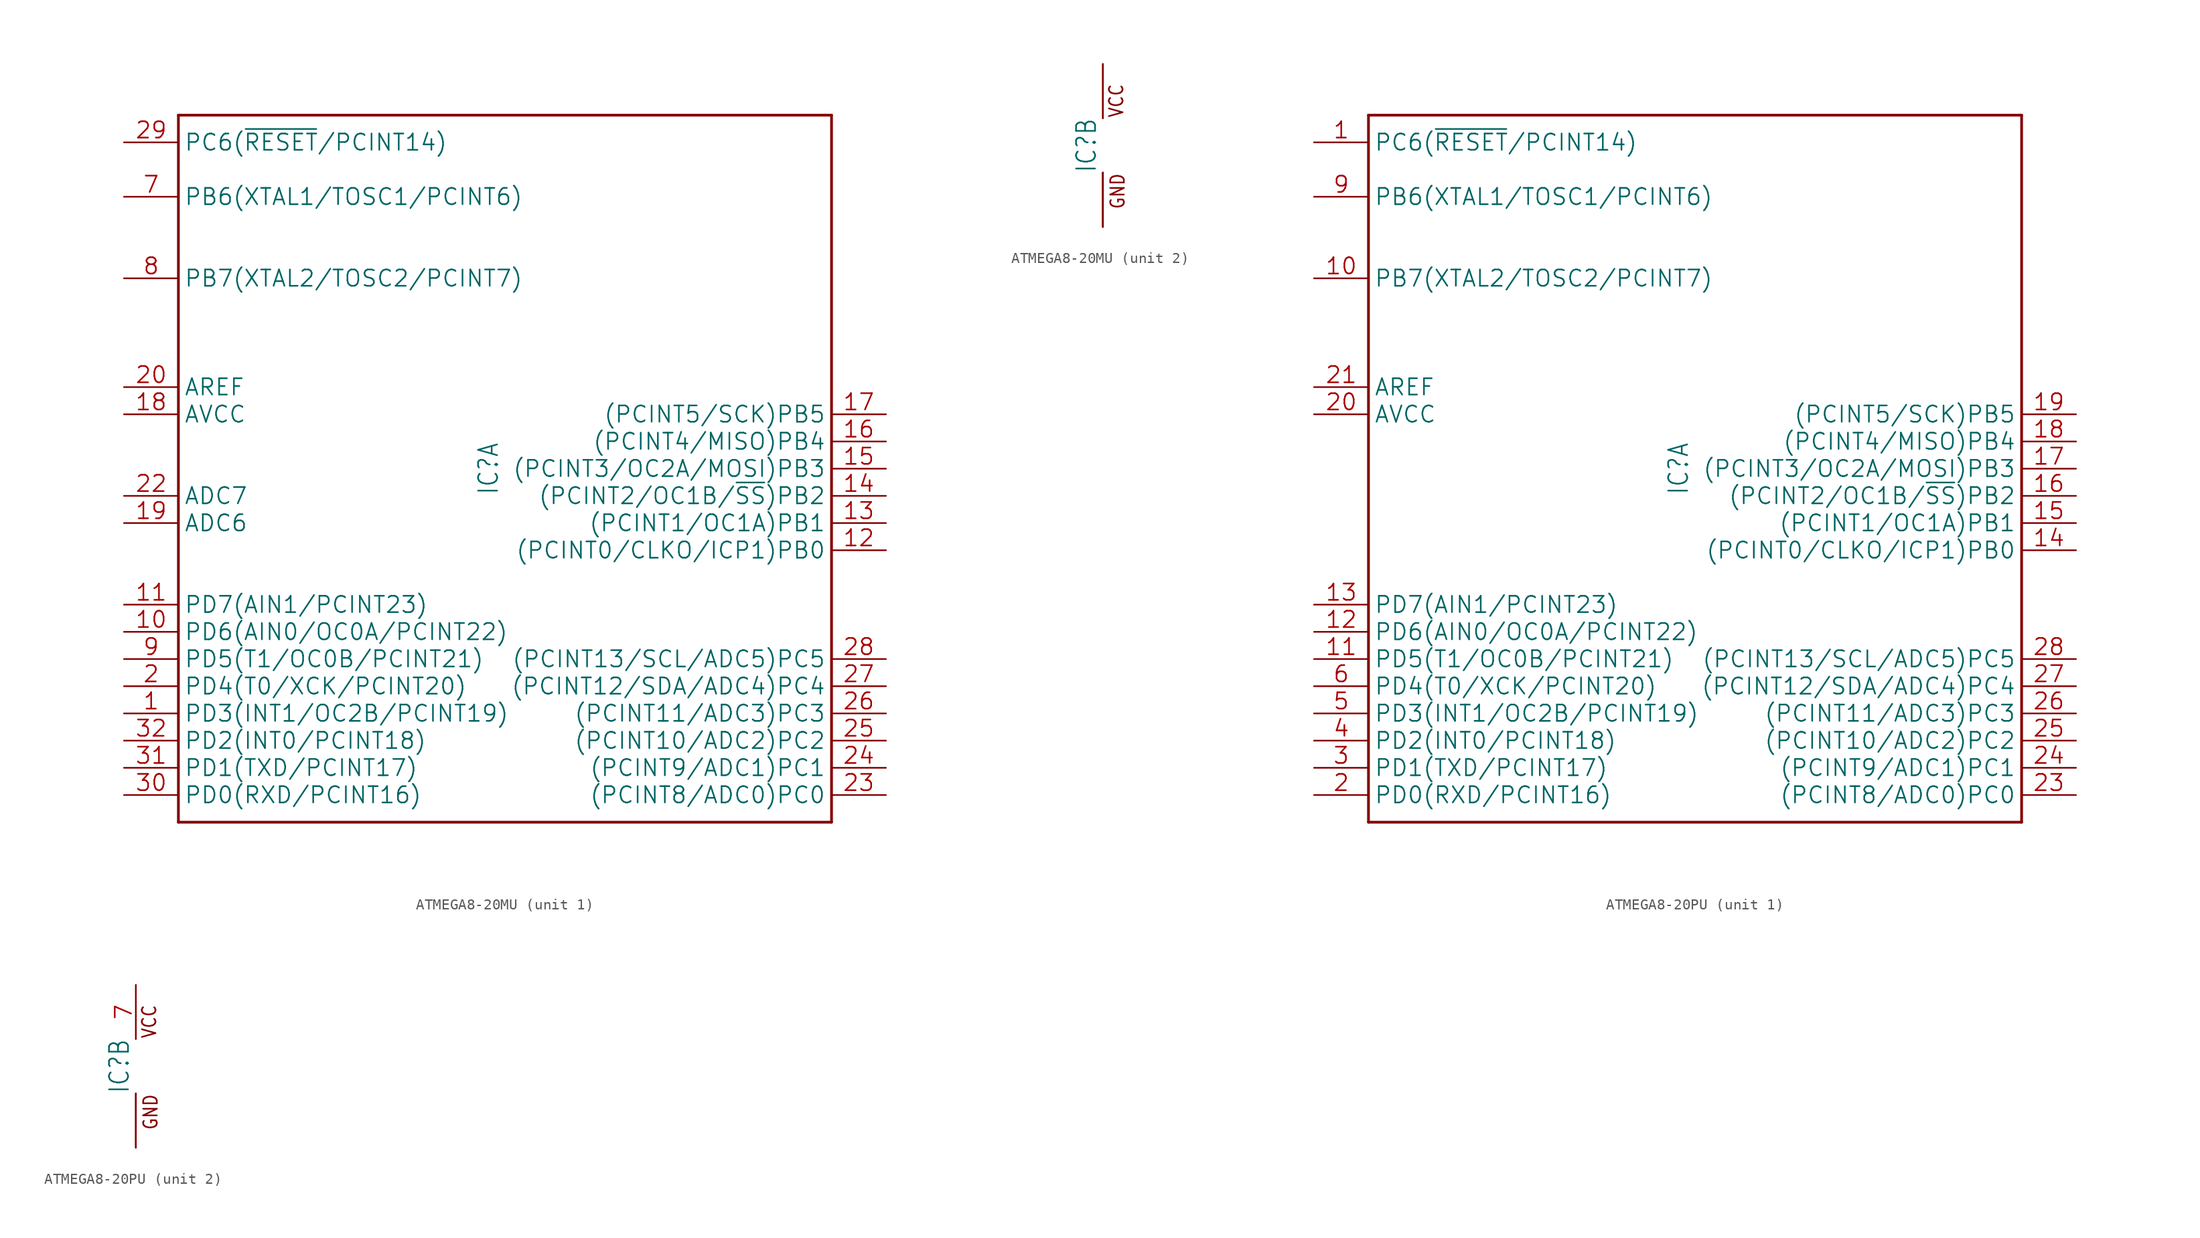
<source format=kicad_sym>
(kicad_symbol_lib
  (version 20241209)
  (generator "kicad_symbol_editor")
  (generator_version "9.0")
  (symbol "ATMEGA8-20MU"
    (property "Reference" "IC"
      (at -0.508 0 90)
      (effects (font (size 1.778 1.511)) (justify bottom)))
    (property "ki_locked" ""
      (at 0 0 0)
      (effects (font (size 1.27 1.27))))
    (symbol "ATMEGA8-20MU_1_0"
      (polyline (pts (xy -30.48 33.02) (xy 30.48 33.02)) (stroke (width 0.254) (type solid)) (fill (type none)))
      (polyline (pts (xy -30.48 -33.02) (xy -30.48 33.02)) (stroke (width 0.254) (type solid)) (fill (type none)))
      (polyline (pts (xy 30.48 33.02) (xy 30.48 -33.02)) (stroke (width 0.254) (type solid)) (fill (type none)))
      (polyline (pts (xy 30.48 -33.02) (xy -30.48 -33.02)) (stroke (width 0.254) (type solid)) (fill (type none)))
      (pin bidirectional line (at -35.56 30.48 0) (length 5.08) (name "PC6(~{RESET}/PCINT14)" (effects (font (size 1.524 1.524)))) (number "29" (effects (font (size 1.524 1.524)))))
      (pin bidirectional line (at -35.56 25.4 0) (length 5.08) (name "PB6(XTAL1/TOSC1/PCINT6)" (effects (font (size 1.524 1.524)))) (number "7" (effects (font (size 1.524 1.524)))))
      (pin bidirectional line (at -35.56 17.78 0) (length 5.08) (name "PB7(XTAL2/TOSC2/PCINT7)" (effects (font (size 1.524 1.524)))) (number "8" (effects (font (size 1.524 1.524)))))
      (pin passive line (at -35.56 7.62 0) (length 5.08) (name "AREF" (effects (font (size 1.524 1.524)))) (number "20" (effects (font (size 1.524 1.524)))))
      (pin power_in line (at -35.56 5.08 0) (length 5.08) (name "AVCC" (effects (font (size 1.524 1.524)))) (number "18" (effects (font (size 1.524 1.524)))))
      (pin bidirectional line (at -35.56 -2.54 0) (length 5.08) (name "ADC7" (effects (font (size 1.524 1.524)))) (number "22" (effects (font (size 1.524 1.524)))))
      (pin bidirectional line (at -35.56 -5.08 0) (length 5.08) (name "ADC6" (effects (font (size 1.524 1.524)))) (number "19" (effects (font (size 1.524 1.524)))))
      (pin bidirectional line (at -35.56 -12.7 0) (length 5.08) (name "PD7(AIN1/PCINT23)" (effects (font (size 1.524 1.524)))) (number "11" (effects (font (size 1.524 1.524)))))
      (pin bidirectional line (at -35.56 -15.24 0) (length 5.08) (name "PD6(AIN0/OC0A/PCINT22)" (effects (font (size 1.524 1.524)))) (number "10" (effects (font (size 1.524 1.524)))))
      (pin bidirectional line (at -35.56 -17.78 0) (length 5.08) (name "PD5(T1/OC0B/PCINT21)" (effects (font (size 1.524 1.524)))) (number "9" (effects (font (size 1.524 1.524)))))
      (pin bidirectional line (at -35.56 -20.32 0) (length 5.08) (name "PD4(T0/XCK/PCINT20)" (effects (font (size 1.524 1.524)))) (number "2" (effects (font (size 1.524 1.524)))))
      (pin bidirectional line (at -35.56 -22.86 0) (length 5.08) (name "PD3(INT1/OC2B/PCINT19)" (effects (font (size 1.524 1.524)))) (number "1" (effects (font (size 1.524 1.524)))))
      (pin bidirectional line (at -35.56 -25.4 0) (length 5.08) (name "PD2(INT0/PCINT18)" (effects (font (size 1.524 1.524)))) (number "32" (effects (font (size 1.524 1.524)))))
      (pin bidirectional line (at -35.56 -27.94 0) (length 5.08) (name "PD1(TXD/PCINT17)" (effects (font (size 1.524 1.524)))) (number "31" (effects (font (size 1.524 1.524)))))
      (pin bidirectional line (at -35.56 -30.48 0) (length 5.08) (name "PD0(RXD/PCINT16)" (effects (font (size 1.524 1.524)))) (number "30" (effects (font (size 1.524 1.524)))))
      (pin bidirectional line (at 35.56 5.08 180) (length 5.08) (name "(PCINT5/SCK)PB5" (effects (font (size 1.524 1.524)))) (number "17" (effects (font (size 1.524 1.524)))))
      (pin bidirectional line (at 35.56 2.54 180) (length 5.08) (name "(PCINT4/MISO)PB4" (effects (font (size 1.524 1.524)))) (number "16" (effects (font (size 1.524 1.524)))))
      (pin bidirectional line (at 35.56 0 180) (length 5.08) (name "(PCINT3/OC2A/MOSI)PB3" (effects (font (size 1.524 1.524)))) (number "15" (effects (font (size 1.524 1.524)))))
      (pin bidirectional line (at 35.56 -2.54 180) (length 5.08) (name "(PCINT2/OC1B/~{SS})PB2" (effects (font (size 1.524 1.524)))) (number "14" (effects (font (size 1.524 1.524)))))
      (pin bidirectional line (at 35.56 -5.08 180) (length 5.08) (name "(PCINT1/OC1A)PB1" (effects (font (size 1.524 1.524)))) (number "13" (effects (font (size 1.524 1.524)))))
      (pin bidirectional line (at 35.56 -7.62 180) (length 5.08) (name "(PCINT0/CLKO/ICP1)PB0" (effects (font (size 1.524 1.524)))) (number "12" (effects (font (size 1.524 1.524)))))
      (pin bidirectional line (at 35.56 -17.78 180) (length 5.08) (name "(PCINT13/SCL/ADC5)PC5" (effects (font (size 1.524 1.524)))) (number "28" (effects (font (size 1.524 1.524)))))
      (pin bidirectional line (at 35.56 -20.32 180) (length 5.08) (name "(PCINT12/SDA/ADC4)PC4" (effects (font (size 1.524 1.524)))) (number "27" (effects (font (size 1.524 1.524)))))
      (pin bidirectional line (at 35.56 -22.86 180) (length 5.08) (name "(PCINT11/ADC3)PC3" (effects (font (size 1.524 1.524)))) (number "26" (effects (font (size 1.524 1.524)))))
      (pin bidirectional line (at 35.56 -25.4 180) (length 5.08) (name "(PCINT10/ADC2)PC2" (effects (font (size 1.524 1.524)))) (number "25" (effects (font (size 1.524 1.524)))))
      (pin bidirectional line (at 35.56 -27.94 180) (length 5.08) (name "(PCINT9/ADC1)PC1" (effects (font (size 1.524 1.524)))) (number "24" (effects (font (size 1.524 1.524)))))
      (pin bidirectional line (at 35.56 -30.48 180) (length 5.08) (name "(PCINT8/ADC0)PC0" (effects (font (size 1.524 1.524)))) (number "23" (effects (font (size 1.524 1.524))))))
    (symbol "ATMEGA8-20MU_2_0"
      (text "VCC" (at 0.508 2.54 900) (effects (font (size 1.27 1.079)) (justify left top)))
      (text "GND" (at 0.635 -2.54 900) (effects (font (size 1.27 1.079)) (justify right top)))
      (pin power_in line (at 0 7.62 270) (length 5.08) (name "VCC" (effects (font (size 0 0)))) (number "4" (effects (font (size 0 0)))))
      (pin power_in line (at 0 7.62 270) (length 5.08) (name "VCC" (effects (font (size 0 0)))) (number "6" (effects (font (size 0 0)))))
      (pin power_in line (at 0 -7.62 90) (length 5.08) (name "GND" (effects (font (size 0 0)))) (number "21" (effects (font (size 0 0)))))
      (pin power_in line (at 0 -7.62 90) (length 5.08) (name "GND" (effects (font (size 0 0)))) (number "3" (effects (font (size 0 0)))))
      (pin power_in line (at 0 -7.62 90) (length 5.08) (name "GND" (effects (font (size 0 0)))) (number "5" (effects (font (size 0 0)))))
      (pin power_in line (at 0 -7.62 90) (length 5.08) (name "GND" (effects (font (size 0 0)))) (number "EXP" (effects (font (size 0 0)))))))
  (symbol "ATMEGA8-20PU"
    (property "Reference" "IC"
      (at -0.508 0 90)
      (effects (font (size 1.778 1.511)) (justify bottom)))
    (property "ki_locked" ""
      (at 0 0 0)
      (effects (font (size 1.27 1.27))))
    (symbol "ATMEGA8-20PU_1_0"
      (polyline (pts (xy -30.48 33.02) (xy 30.48 33.02)) (stroke (width 0.254) (type solid)) (fill (type none)))
      (polyline (pts (xy -30.48 -33.02) (xy -30.48 33.02)) (stroke (width 0.254) (type solid)) (fill (type none)))
      (polyline (pts (xy 30.48 33.02) (xy 30.48 -33.02)) (stroke (width 0.254) (type solid)) (fill (type none)))
      (polyline (pts (xy 30.48 -33.02) (xy -30.48 -33.02)) (stroke (width 0.254) (type solid)) (fill (type none)))
      (pin bidirectional line (at -35.56 30.48 0) (length 5.08) (name "PC6(~{RESET}/PCINT14)" (effects (font (size 1.524 1.524)))) (number "1" (effects (font (size 1.524 1.524)))))
      (pin bidirectional line (at -35.56 25.4 0) (length 5.08) (name "PB6(XTAL1/TOSC1/PCINT6)" (effects (font (size 1.524 1.524)))) (number "9" (effects (font (size 1.524 1.524)))))
      (pin bidirectional line (at -35.56 17.78 0) (length 5.08) (name "PB7(XTAL2/TOSC2/PCINT7)" (effects (font (size 1.524 1.524)))) (number "10" (effects (font (size 1.524 1.524)))))
      (pin passive line (at -35.56 7.62 0) (length 5.08) (name "AREF" (effects (font (size 1.524 1.524)))) (number "21" (effects (font (size 1.524 1.524)))))
      (pin power_in line (at -35.56 5.08 0) (length 5.08) (name "AVCC" (effects (font (size 1.524 1.524)))) (number "20" (effects (font (size 1.524 1.524)))))
      (pin bidirectional line (at -35.56 -12.7 0) (length 5.08) (name "PD7(AIN1/PCINT23)" (effects (font (size 1.524 1.524)))) (number "13" (effects (font (size 1.524 1.524)))))
      (pin bidirectional line (at -35.56 -15.24 0) (length 5.08) (name "PD6(AIN0/OC0A/PCINT22)" (effects (font (size 1.524 1.524)))) (number "12" (effects (font (size 1.524 1.524)))))
      (pin bidirectional line (at -35.56 -17.78 0) (length 5.08) (name "PD5(T1/OC0B/PCINT21)" (effects (font (size 1.524 1.524)))) (number "11" (effects (font (size 1.524 1.524)))))
      (pin bidirectional line (at -35.56 -20.32 0) (length 5.08) (name "PD4(T0/XCK/PCINT20)" (effects (font (size 1.524 1.524)))) (number "6" (effects (font (size 1.524 1.524)))))
      (pin bidirectional line (at -35.56 -22.86 0) (length 5.08) (name "PD3(INT1/OC2B/PCINT19)" (effects (font (size 1.524 1.524)))) (number "5" (effects (font (size 1.524 1.524)))))
      (pin bidirectional line (at -35.56 -25.4 0) (length 5.08) (name "PD2(INT0/PCINT18)" (effects (font (size 1.524 1.524)))) (number "4" (effects (font (size 1.524 1.524)))))
      (pin bidirectional line (at -35.56 -27.94 0) (length 5.08) (name "PD1(TXD/PCINT17)" (effects (font (size 1.524 1.524)))) (number "3" (effects (font (size 1.524 1.524)))))
      (pin bidirectional line (at -35.56 -30.48 0) (length 5.08) (name "PD0(RXD/PCINT16)" (effects (font (size 1.524 1.524)))) (number "2" (effects (font (size 1.524 1.524)))))
      (pin bidirectional line (at 35.56 5.08 180) (length 5.08) (name "(PCINT5/SCK)PB5" (effects (font (size 1.524 1.524)))) (number "19" (effects (font (size 1.524 1.524)))))
      (pin bidirectional line (at 35.56 2.54 180) (length 5.08) (name "(PCINT4/MISO)PB4" (effects (font (size 1.524 1.524)))) (number "18" (effects (font (size 1.524 1.524)))))
      (pin bidirectional line (at 35.56 0 180) (length 5.08) (name "(PCINT3/OC2A/MOSI)PB3" (effects (font (size 1.524 1.524)))) (number "17" (effects (font (size 1.524 1.524)))))
      (pin bidirectional line (at 35.56 -2.54 180) (length 5.08) (name "(PCINT2/OC1B/~{SS})PB2" (effects (font (size 1.524 1.524)))) (number "16" (effects (font (size 1.524 1.524)))))
      (pin bidirectional line (at 35.56 -5.08 180) (length 5.08) (name "(PCINT1/OC1A)PB1" (effects (font (size 1.524 1.524)))) (number "15" (effects (font (size 1.524 1.524)))))
      (pin bidirectional line (at 35.56 -7.62 180) (length 5.08) (name "(PCINT0/CLKO/ICP1)PB0" (effects (font (size 1.524 1.524)))) (number "14" (effects (font (size 1.524 1.524)))))
      (pin bidirectional line (at 35.56 -17.78 180) (length 5.08) (name "(PCINT13/SCL/ADC5)PC5" (effects (font (size 1.524 1.524)))) (number "28" (effects (font (size 1.524 1.524)))))
      (pin bidirectional line (at 35.56 -20.32 180) (length 5.08) (name "(PCINT12/SDA/ADC4)PC4" (effects (font (size 1.524 1.524)))) (number "27" (effects (font (size 1.524 1.524)))))
      (pin bidirectional line (at 35.56 -22.86 180) (length 5.08) (name "(PCINT11/ADC3)PC3" (effects (font (size 1.524 1.524)))) (number "26" (effects (font (size 1.524 1.524)))))
      (pin bidirectional line (at 35.56 -25.4 180) (length 5.08) (name "(PCINT10/ADC2)PC2" (effects (font (size 1.524 1.524)))) (number "25" (effects (font (size 1.524 1.524)))))
      (pin bidirectional line (at 35.56 -27.94 180) (length 5.08) (name "(PCINT9/ADC1)PC1" (effects (font (size 1.524 1.524)))) (number "24" (effects (font (size 1.524 1.524)))))
      (pin bidirectional line (at 35.56 -30.48 180) (length 5.08) (name "(PCINT8/ADC0)PC0" (effects (font (size 1.524 1.524)))) (number "23" (effects (font (size 1.524 1.524))))))
    (symbol "ATMEGA8-20PU_2_0"
      (text "VCC" (at 0.508 2.54 900) (effects (font (size 1.27 1.079)) (justify left top)))
      (text "GND" (at 0.635 -2.54 900) (effects (font (size 1.27 1.079)) (justify right top)))
      (pin power_in line (at 0 7.62 270) (length 5.08) (name "VCC" (effects (font (size 0 0)))) (number "7" (effects (font (size 1.524 1.524)))))
      (pin power_in line (at 0 -7.62 90) (length 5.08) (name "GND" (effects (font (size 0 0)))) (number "22" (effects (font (size 0 0)))))
      (pin power_in line (at 0 -7.62 90) (length 5.08) (name "GND" (effects (font (size 0 0)))) (number "8" (effects (font (size 0 0))))))))
</source>
